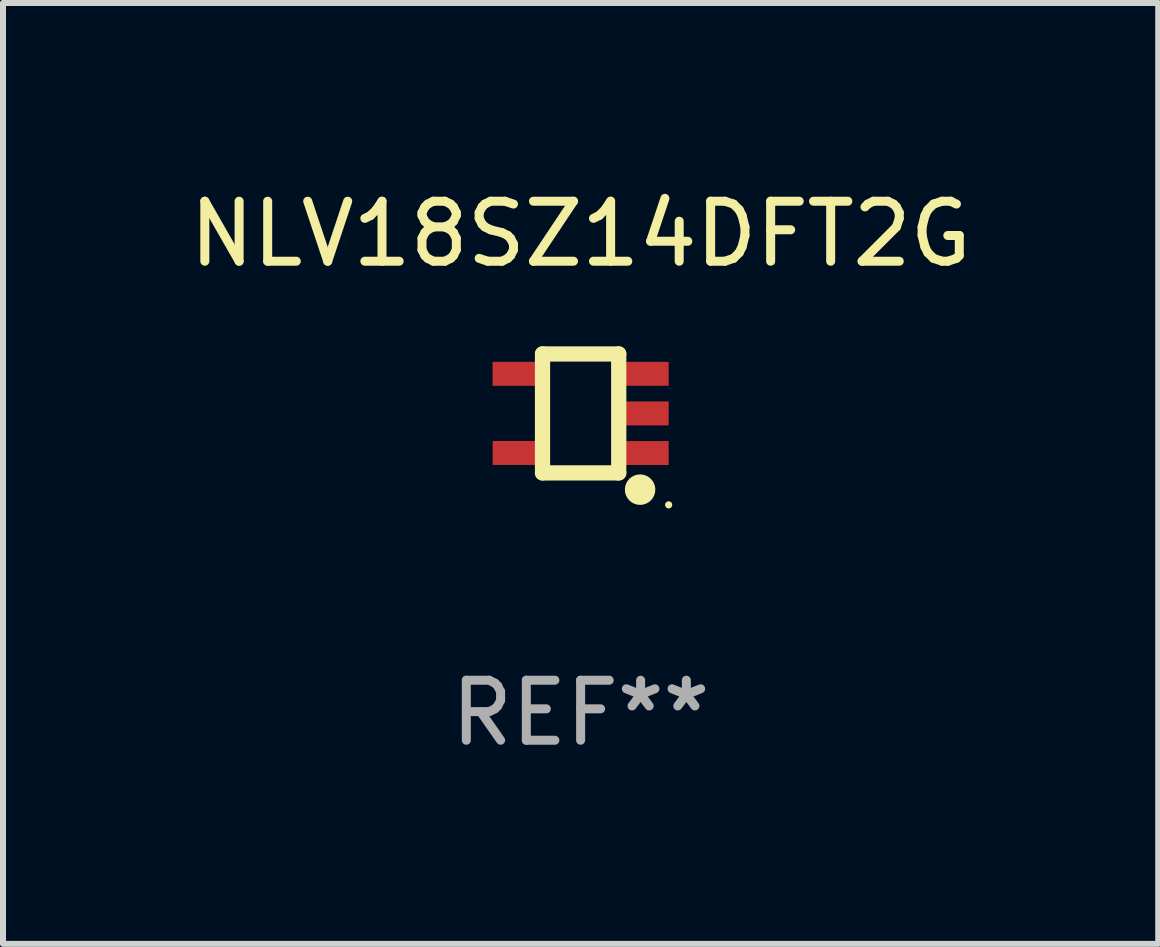
<source format=kicad_pcb>
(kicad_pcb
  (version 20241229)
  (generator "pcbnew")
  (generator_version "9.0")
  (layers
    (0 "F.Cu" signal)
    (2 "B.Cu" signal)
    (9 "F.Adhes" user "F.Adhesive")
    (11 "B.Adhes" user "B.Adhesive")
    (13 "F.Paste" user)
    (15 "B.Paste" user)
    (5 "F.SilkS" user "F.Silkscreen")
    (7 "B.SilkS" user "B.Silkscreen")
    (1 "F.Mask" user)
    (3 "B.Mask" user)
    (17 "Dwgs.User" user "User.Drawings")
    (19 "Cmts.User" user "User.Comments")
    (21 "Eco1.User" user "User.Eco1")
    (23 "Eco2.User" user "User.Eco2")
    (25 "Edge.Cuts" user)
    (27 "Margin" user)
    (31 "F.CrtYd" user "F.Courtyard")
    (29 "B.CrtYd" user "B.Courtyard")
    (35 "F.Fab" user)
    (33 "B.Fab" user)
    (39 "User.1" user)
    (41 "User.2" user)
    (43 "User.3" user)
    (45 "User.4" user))
  (footprint "NLV18SZ14DFT2G"
    (layer "F.Cu")
    (at 6.625 3.839)
    (property "Reference" "NLV18SZ14DFT2G" (at 0 -2.991 0) (layer "F.SilkS") (effects (font (size 1 1) (thickness 0.15))))
    (attr through_hole)
    (fp_line (start -0.635 -0.991) (end 0.635 -0.991) (stroke (width 0.254) (type solid)) (layer "F.SilkS"))
    (fp_line (start -0.635 0.991) (end -0.635 -0.991) (stroke (width 0.254) (type solid)) (layer "F.SilkS"))
    (fp_line (start 0.635 -0.991) (end 0.635 0.991) (stroke (width 0.254) (type solid)) (layer "F.SilkS"))
    (fp_line (start 0.635 0.991) (end -0.635 0.991) (stroke (width 0.254) (type solid)) (layer "F.SilkS"))
    (fp_circle (center 0.991 1.27) (end 1.118 1.27) (stroke (width 0.254) (type solid)) (fill no) (layer "F.SilkS"))
    (fp_circle (center 1.467 1.524) (end 1.497 1.524) (stroke (width 0.06) (type solid)) (fill no) (layer "F.SilkS"))
    (fp_text user "REF**" (at 0 4.991 0) (layer "F.Fab") (effects (font (size 1 1) (thickness 0.15))))
    (pad "1" smd rect (at 1.067 0.66 180) (size 0.8 0.399) (layers "F.Cu" "F.Mask" "F.Paste"))
    (pad "2" smd rect (at 1.067 0 180) (size 0.8 0.399) (layers "F.Cu" "F.Mask" "F.Paste"))
    (pad "3" smd rect (at 1.067 -0.66 180) (size 0.8 0.399) (layers "F.Cu" "F.Mask" "F.Paste"))
    (pad "4" smd rect (at -1.067 -0.66 180) (size 0.8 0.399) (layers "F.Cu" "F.Mask" "F.Paste"))
    (pad "5" smd rect (at -1.066 0.659 180) (size 0.8 0.399) (layers "F.Cu" "F.Mask" "F.Paste")))
  (gr_rect
    (start -3 -3)
    (end 16.25 12.678)
    (stroke (width 0.1) (type default))
    (fill no)
    (layer "Edge.Cuts")))
</source>
